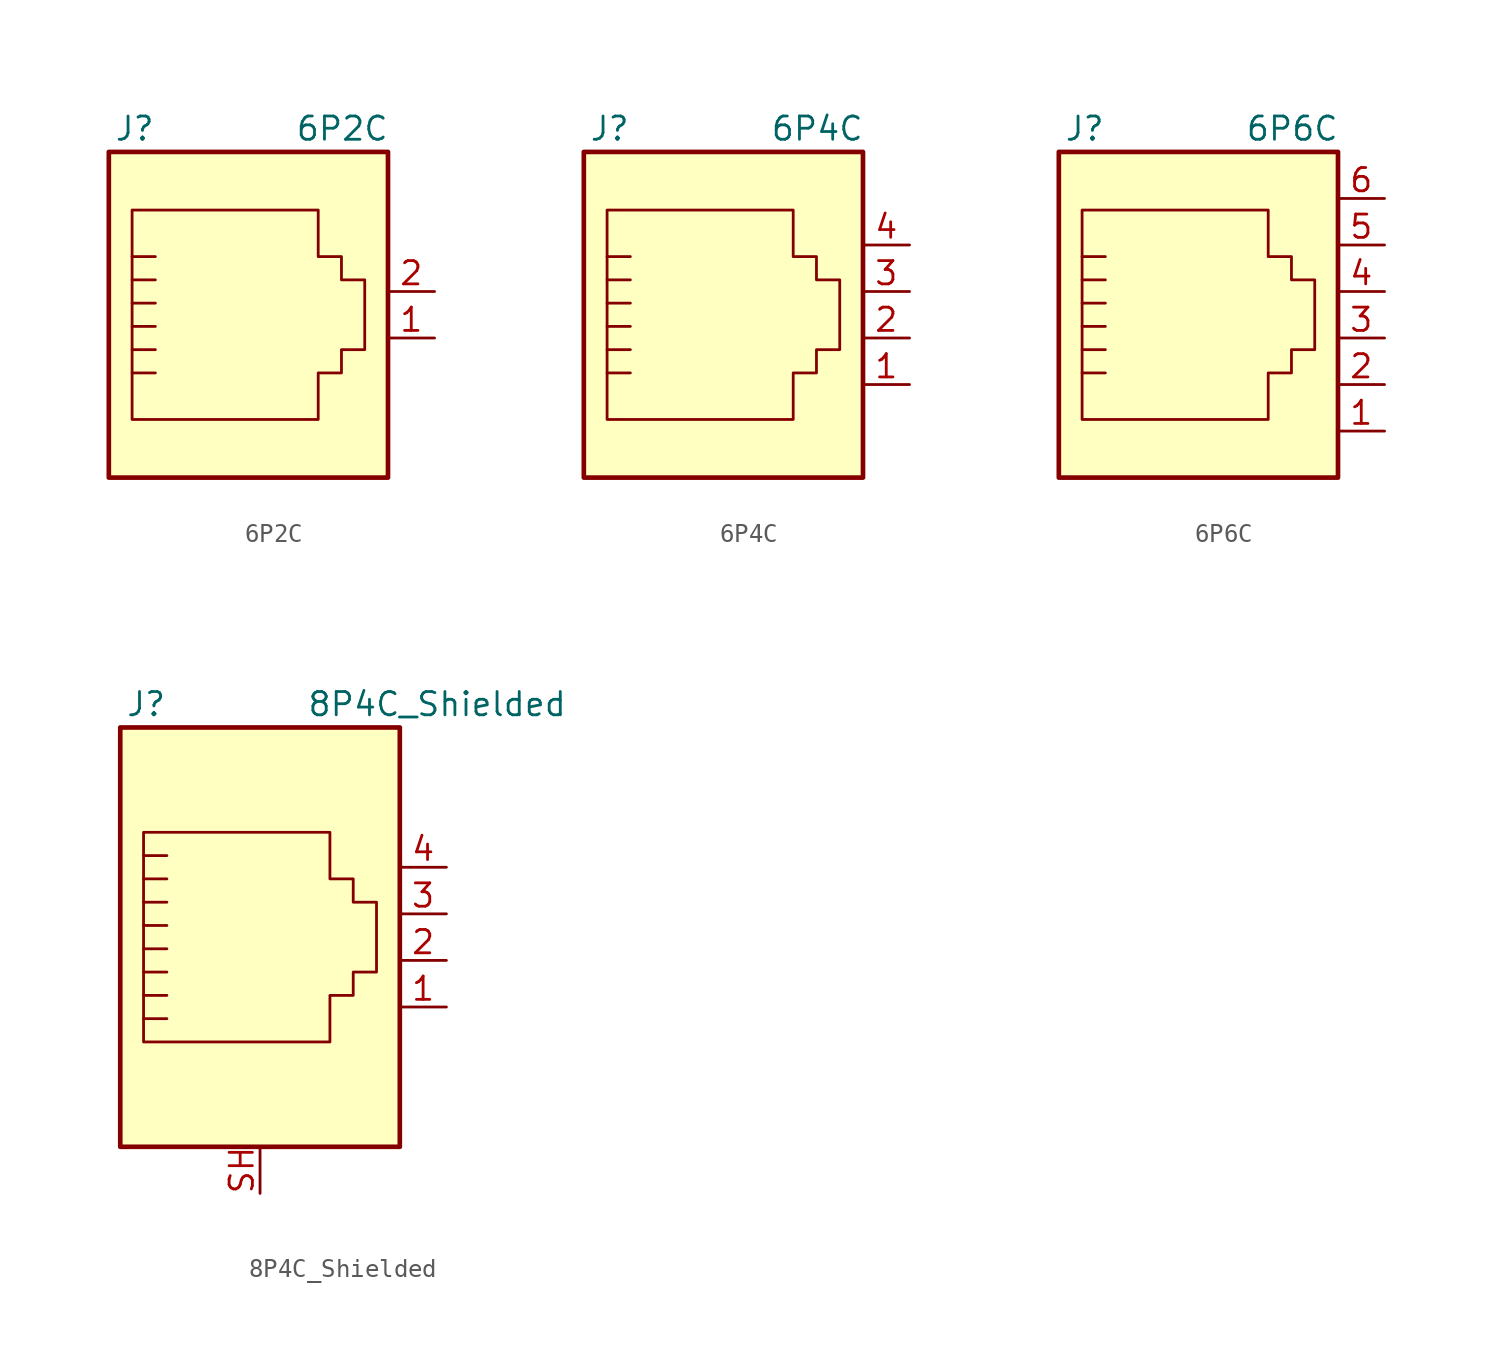
<source format=kicad_sym>
(kicad_symbol_lib
  (version 20220914)
  (generator kicad_symbol_editor)
  (symbol "6P2C"
    (pin_names
      (offset 1.016))
    (property "Reference" "J"
      (at -5.08 11.43 0)
      (effects (font (size 1.27 1.27)) (justify right)))
    (property "Value" "6P2C"
      (at 2.54 11.43 0)
      (effects (font (size 1.27 1.27)) (justify left)))
    (symbol "6P2C_0_1"
      (polyline (pts (xy -6.35 -1.905) (xy -5.08 -1.905) (xy -5.08 -1.905)) (stroke (width 0) (type default)) (fill (type none)))
      (polyline (pts (xy -6.35 -0.635) (xy -5.08 -0.635) (xy -5.08 -0.635)) (stroke (width 0) (type default)) (fill (type none)))
      (polyline (pts (xy -6.35 0.635) (xy -5.08 0.635) (xy -5.08 0.635)) (stroke (width 0) (type default)) (fill (type none)))
      (polyline (pts (xy -6.35 1.905) (xy -5.08 1.905) (xy -5.08 1.905)) (stroke (width 0) (type default)) (fill (type none)))
      (polyline (pts (xy -6.35 3.175) (xy -5.08 3.175) (xy -5.08 3.175)) (stroke (width 0) (type default)) (fill (type none)))
      (polyline (pts (xy -5.08 4.445) (xy -6.35 4.445) (xy -6.35 4.445)) (stroke (width 0) (type default)) (fill (type none)))
      (polyline (pts (xy -6.35 -4.445) (xy -6.35 6.985) (xy 3.81 6.985) (xy 3.81 4.445) (xy 5.08 4.445) (xy 5.08 3.175) (xy 6.35 3.175) (xy 6.35 -0.635) (xy 5.08 -0.635) (xy 5.08 -1.905) (xy 3.81 -1.905) (xy 3.81 -4.445) (xy -6.35 -4.445) (xy -6.35 -4.445)) (stroke (width 0) (type default)) (fill (type none)))
      (rectangle (start 7.62 10.16) (end -7.62 -7.62) (stroke (width 0.254) (type default)) (fill (type background))))
    (symbol "6P2C_1_1"
      (pin passive line (at 10.16 0 180) (length 2.54) (name "~" (effects (font (size 1.27 1.27)))) (number "1" (effects (font (size 1.27 1.27)))))
      (pin passive line (at 10.16 2.54 180) (length 2.54) (name "~" (effects (font (size 1.27 1.27)))) (number "2" (effects (font (size 1.27 1.27)))))))
  (symbol "6P4C"
    (pin_names
      (offset 1.016))
    (property "Reference" "J"
      (at -5.08 11.43 0)
      (effects (font (size 1.27 1.27)) (justify right)))
    (property "Value" "6P4C"
      (at 2.54 11.43 0)
      (effects (font (size 1.27 1.27)) (justify left)))
    (symbol "6P4C_0_1"
      (polyline (pts (xy -6.35 -1.905) (xy -5.08 -1.905) (xy -5.08 -1.905)) (stroke (width 0) (type default)) (fill (type none)))
      (polyline (pts (xy -6.35 -0.635) (xy -5.08 -0.635) (xy -5.08 -0.635)) (stroke (width 0) (type default)) (fill (type none)))
      (polyline (pts (xy -6.35 0.635) (xy -5.08 0.635) (xy -5.08 0.635)) (stroke (width 0) (type default)) (fill (type none)))
      (polyline (pts (xy -6.35 1.905) (xy -5.08 1.905) (xy -5.08 1.905)) (stroke (width 0) (type default)) (fill (type none)))
      (polyline (pts (xy -6.35 3.175) (xy -5.08 3.175) (xy -5.08 3.175)) (stroke (width 0) (type default)) (fill (type none)))
      (polyline (pts (xy -5.08 4.445) (xy -6.35 4.445) (xy -6.35 4.445)) (stroke (width 0) (type default)) (fill (type none)))
      (polyline (pts (xy -6.35 -4.445) (xy -6.35 6.985) (xy 3.81 6.985) (xy 3.81 4.445) (xy 5.08 4.445) (xy 5.08 3.175) (xy 6.35 3.175) (xy 6.35 -0.635) (xy 5.08 -0.635) (xy 5.08 -1.905) (xy 3.81 -1.905) (xy 3.81 -4.445) (xy -6.35 -4.445) (xy -6.35 -4.445)) (stroke (width 0) (type default)) (fill (type none)))
      (rectangle (start 7.62 10.16) (end -7.62 -7.62) (stroke (width 0.254) (type default)) (fill (type background))))
    (symbol "6P4C_1_1"
      (pin passive line (at 10.16 -2.54 180) (length 2.54) (name "~" (effects (font (size 1.27 1.27)))) (number "1" (effects (font (size 1.27 1.27)))))
      (pin passive line (at 10.16 0 180) (length 2.54) (name "~" (effects (font (size 1.27 1.27)))) (number "2" (effects (font (size 1.27 1.27)))))
      (pin passive line (at 10.16 2.54 180) (length 2.54) (name "~" (effects (font (size 1.27 1.27)))) (number "3" (effects (font (size 1.27 1.27)))))
      (pin passive line (at 10.16 5.08 180) (length 2.54) (name "~" (effects (font (size 1.27 1.27)))) (number "4" (effects (font (size 1.27 1.27)))))))
  (symbol "6P6C"
    (pin_names
      (offset 1.016))
    (property "Reference" "J"
      (at -5.08 11.43 0)
      (effects (font (size 1.27 1.27)) (justify right)))
    (property "Value" "6P6C"
      (at 2.54 11.43 0)
      (effects (font (size 1.27 1.27)) (justify left)))
    (symbol "6P6C_0_1"
      (polyline (pts (xy -6.35 -1.905) (xy -5.08 -1.905) (xy -5.08 -1.905)) (stroke (width 0) (type default)) (fill (type none)))
      (polyline (pts (xy -6.35 -0.635) (xy -5.08 -0.635) (xy -5.08 -0.635)) (stroke (width 0) (type default)) (fill (type none)))
      (polyline (pts (xy -6.35 0.635) (xy -5.08 0.635) (xy -5.08 0.635)) (stroke (width 0) (type default)) (fill (type none)))
      (polyline (pts (xy -6.35 1.905) (xy -5.08 1.905) (xy -5.08 1.905)) (stroke (width 0) (type default)) (fill (type none)))
      (polyline (pts (xy -6.35 3.175) (xy -5.08 3.175) (xy -5.08 3.175)) (stroke (width 0) (type default)) (fill (type none)))
      (polyline (pts (xy -5.08 4.445) (xy -6.35 4.445) (xy -6.35 4.445)) (stroke (width 0) (type default)) (fill (type none)))
      (polyline (pts (xy -6.35 -4.445) (xy -6.35 6.985) (xy 3.81 6.985) (xy 3.81 4.445) (xy 5.08 4.445) (xy 5.08 3.175) (xy 6.35 3.175) (xy 6.35 -0.635) (xy 5.08 -0.635) (xy 5.08 -1.905) (xy 3.81 -1.905) (xy 3.81 -4.445) (xy -6.35 -4.445) (xy -6.35 -4.445)) (stroke (width 0) (type default)) (fill (type none)))
      (rectangle (start 7.62 10.16) (end -7.62 -7.62) (stroke (width 0.254) (type default)) (fill (type background))))
    (symbol "6P6C_1_1"
      (pin passive line (at 10.16 -5.08 180) (length 2.54) (name "~" (effects (font (size 1.27 1.27)))) (number "1" (effects (font (size 1.27 1.27)))))
      (pin passive line (at 10.16 -2.54 180) (length 2.54) (name "~" (effects (font (size 1.27 1.27)))) (number "2" (effects (font (size 1.27 1.27)))))
      (pin passive line (at 10.16 0 180) (length 2.54) (name "~" (effects (font (size 1.27 1.27)))) (number "3" (effects (font (size 1.27 1.27)))))
      (pin passive line (at 10.16 2.54 180) (length 2.54) (name "~" (effects (font (size 1.27 1.27)))) (number "4" (effects (font (size 1.27 1.27)))))
      (pin passive line (at 10.16 5.08 180) (length 2.54) (name "~" (effects (font (size 1.27 1.27)))) (number "5" (effects (font (size 1.27 1.27)))))
      (pin passive line (at 10.16 7.62 180) (length 2.54) (name "~" (effects (font (size 1.27 1.27)))) (number "6" (effects (font (size 1.27 1.27)))))))
  (symbol "8P4C_Shielded"
    (pin_names
      (offset 1.016))
    (property "Reference" "J"
      (at -5.08 13.97 0)
      (effects (font (size 1.27 1.27)) (justify right)))
    (property "Value" "8P4C_Shielded"
      (at 2.54 13.97 0)
      (effects (font (size 1.27 1.27)) (justify left)))
    (symbol "8P4C_Shielded_0_1"
      (polyline (pts (xy -5.08 4.445) (xy -6.35 4.445)) (stroke (width 0) (type default)) (fill (type none)))
      (polyline (pts (xy -5.08 5.715) (xy -6.35 5.715)) (stroke (width 0) (type default)) (fill (type none)))
      (polyline (pts (xy -6.35 -3.175) (xy -5.08 -3.175) (xy -5.08 -3.175)) (stroke (width 0) (type default)) (fill (type none)))
      (polyline (pts (xy -6.35 -1.905) (xy -5.08 -1.905) (xy -5.08 -1.905)) (stroke (width 0) (type default)) (fill (type none)))
      (polyline (pts (xy -6.35 -0.635) (xy -5.08 -0.635) (xy -5.08 -0.635)) (stroke (width 0) (type default)) (fill (type none)))
      (polyline (pts (xy -6.35 0.635) (xy -5.08 0.635) (xy -5.08 0.635)) (stroke (width 0) (type default)) (fill (type none)))
      (polyline (pts (xy -6.35 1.905) (xy -5.08 1.905) (xy -5.08 1.905)) (stroke (width 0) (type default)) (fill (type none)))
      (polyline (pts (xy -5.08 3.175) (xy -6.35 3.175) (xy -6.35 3.175)) (stroke (width 0) (type default)) (fill (type none)))
      (polyline (pts (xy -6.35 -4.445) (xy -6.35 6.985) (xy 3.81 6.985) (xy 3.81 4.445) (xy 5.08 4.445) (xy 5.08 3.175) (xy 6.35 3.175) (xy 6.35 -0.635) (xy 5.08 -0.635) (xy 5.08 -1.905) (xy 3.81 -1.905) (xy 3.81 -4.445) (xy -6.35 -4.445) (xy -6.35 -4.445)) (stroke (width 0) (type default)) (fill (type none)))
      (rectangle (start 7.62 12.7) (end -7.62 -10.16) (stroke (width 0.254) (type default)) (fill (type background))))
    (symbol "8P4C_Shielded_1_1"
      (pin passive line (at 10.16 -2.54 180) (length 2.54) (name "~" (effects (font (size 1.27 1.27)))) (number "1" (effects (font (size 1.27 1.27)))))
      (pin passive line (at 10.16 0 180) (length 2.54) (name "~" (effects (font (size 1.27 1.27)))) (number "2" (effects (font (size 1.27 1.27)))))
      (pin passive line (at 10.16 2.54 180) (length 2.54) (name "~" (effects (font (size 1.27 1.27)))) (number "3" (effects (font (size 1.27 1.27)))))
      (pin passive line (at 10.16 5.08 180) (length 2.54) (name "~" (effects (font (size 1.27 1.27)))) (number "4" (effects (font (size 1.27 1.27)))))
      (pin passive line (at 0 -12.7 90) (length 2.54) (name "~" (effects (font (size 1.27 1.27)))) (number "SH" (effects (font (size 1.27 1.27))))))))
</source>
